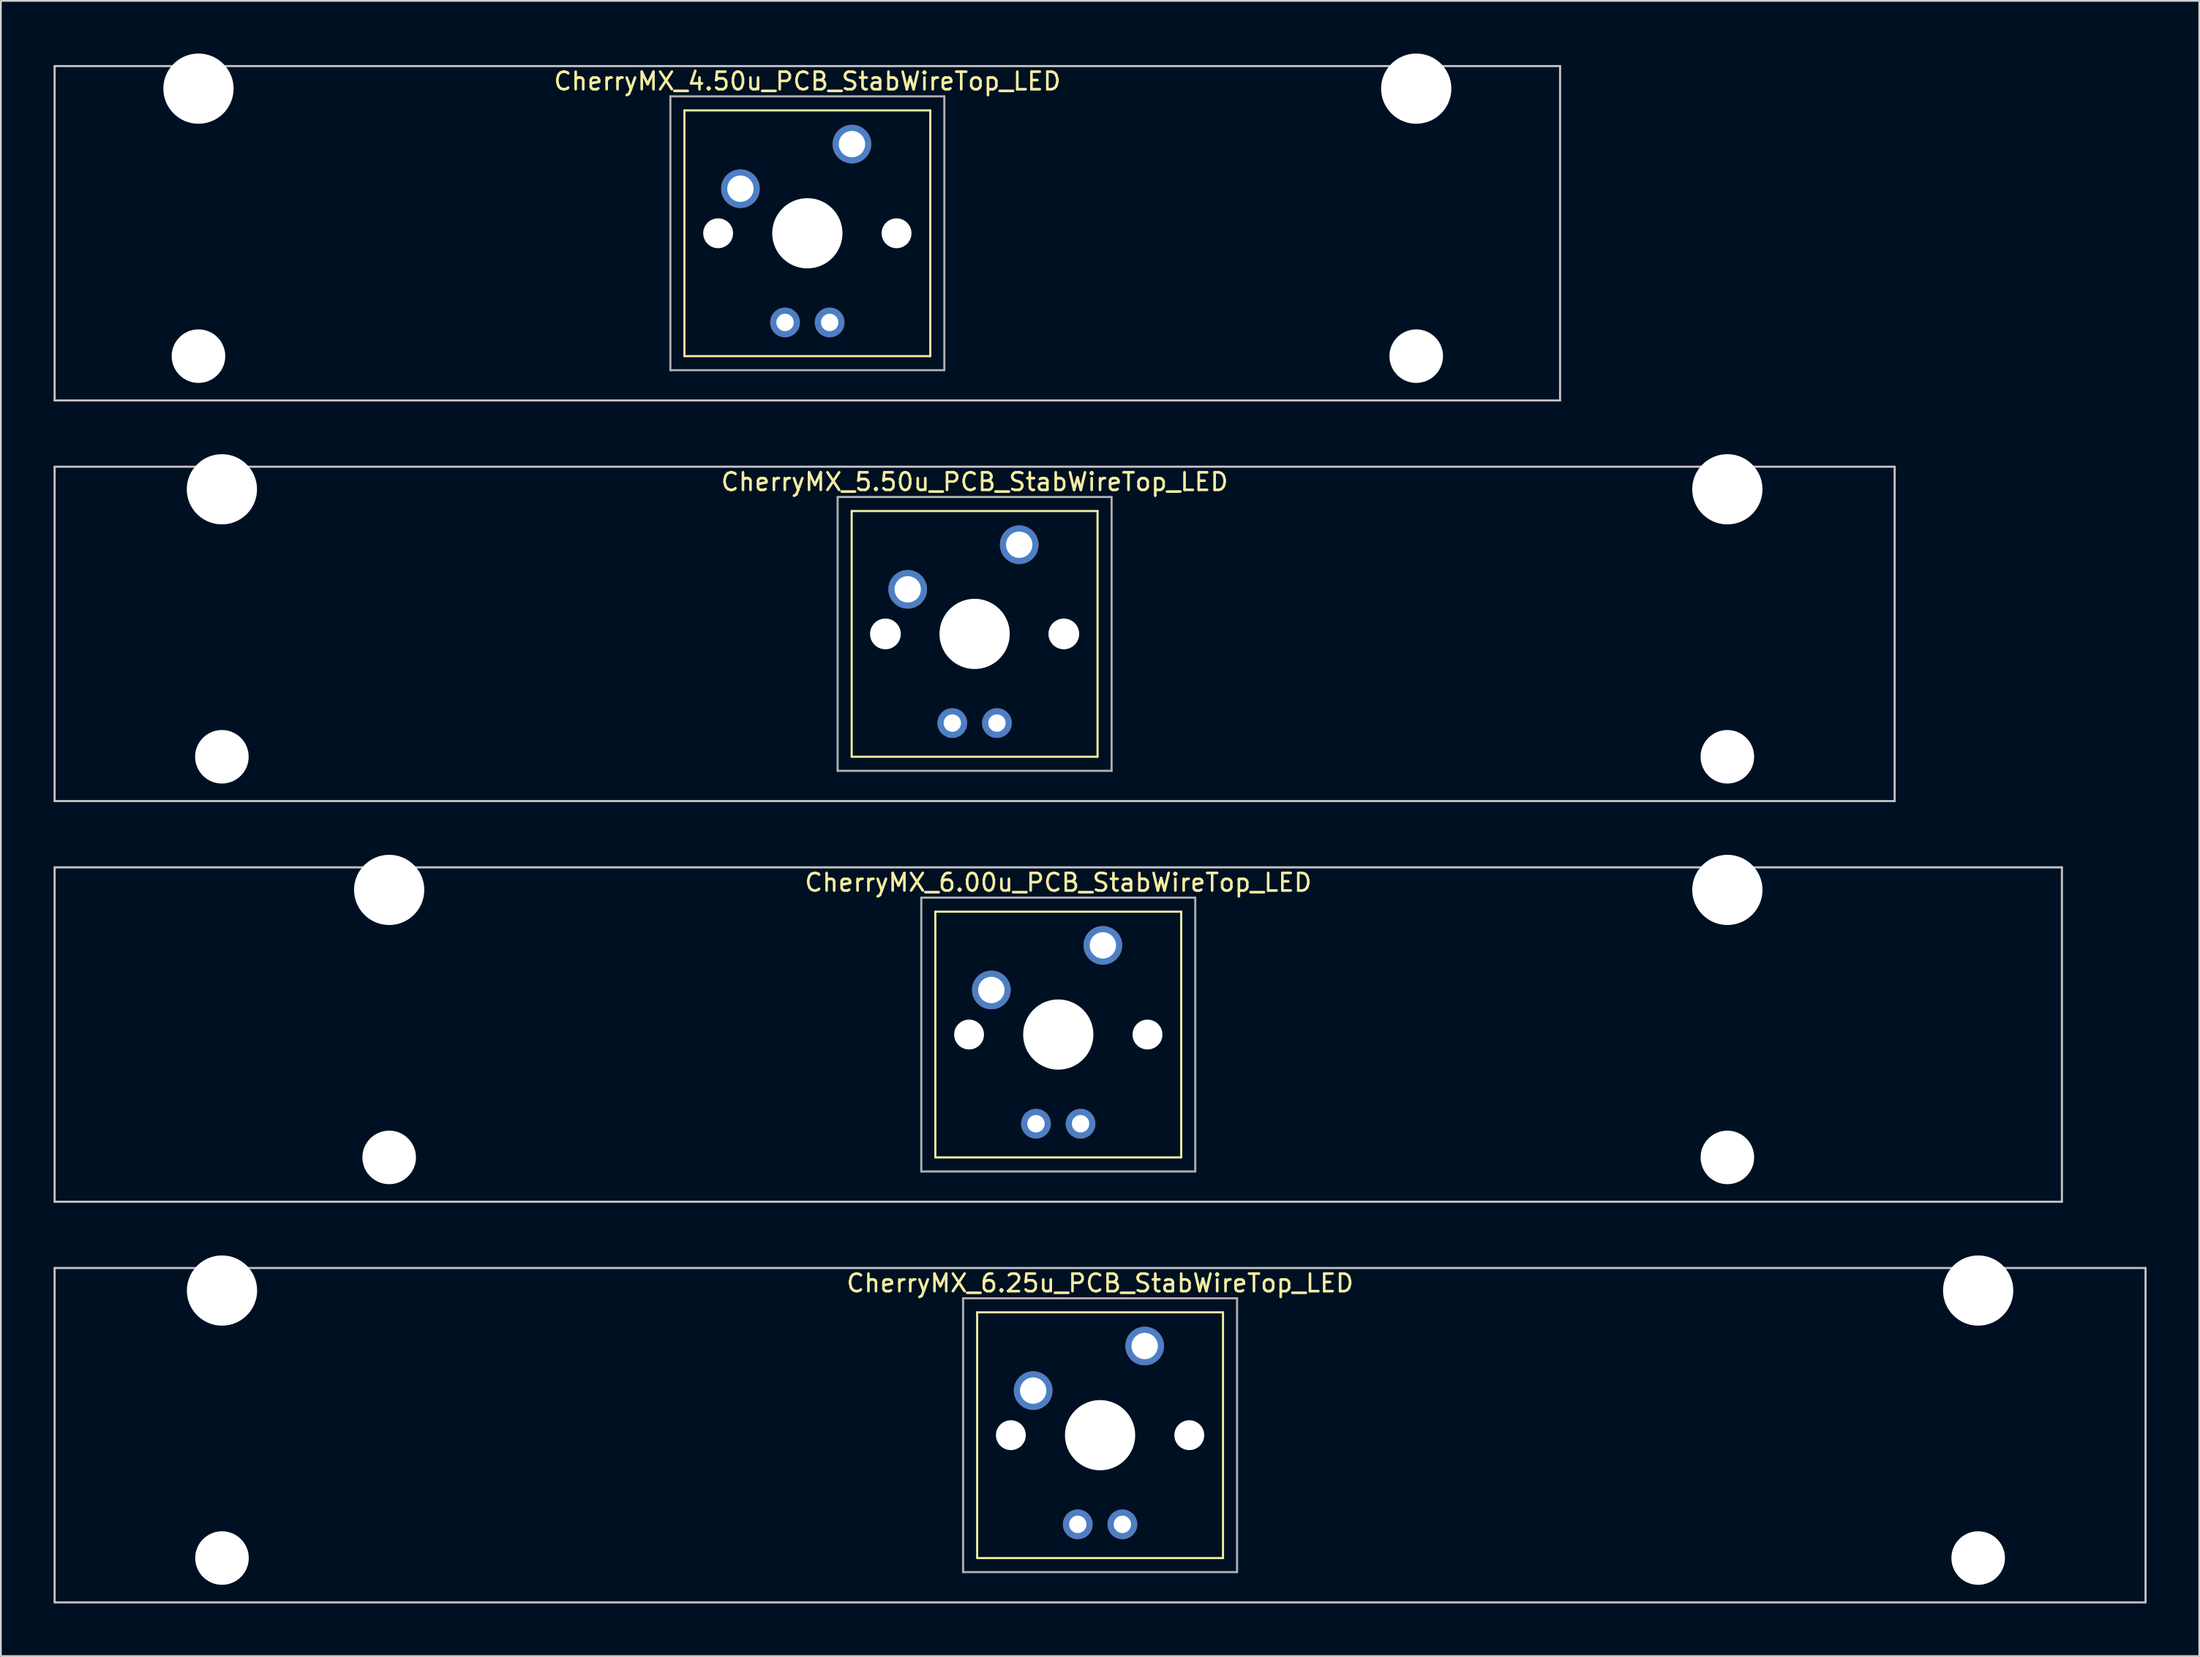
<source format=kicad_pcb>
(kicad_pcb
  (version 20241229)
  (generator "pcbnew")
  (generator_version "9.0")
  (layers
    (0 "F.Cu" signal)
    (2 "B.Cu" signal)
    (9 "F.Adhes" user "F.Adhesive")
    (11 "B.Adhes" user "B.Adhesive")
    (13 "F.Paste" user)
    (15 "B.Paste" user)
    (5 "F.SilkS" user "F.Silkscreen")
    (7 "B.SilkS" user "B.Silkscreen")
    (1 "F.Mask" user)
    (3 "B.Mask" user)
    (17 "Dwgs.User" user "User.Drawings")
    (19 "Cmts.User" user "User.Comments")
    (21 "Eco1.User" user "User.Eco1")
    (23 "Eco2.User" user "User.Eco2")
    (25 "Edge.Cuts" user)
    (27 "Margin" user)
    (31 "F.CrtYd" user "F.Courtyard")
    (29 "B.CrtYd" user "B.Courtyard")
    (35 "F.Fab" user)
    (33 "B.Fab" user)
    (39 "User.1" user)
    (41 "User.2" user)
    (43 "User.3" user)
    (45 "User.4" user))
  (footprint "CherryMX_6.00u_PCB_StabWireTop_LED"
    (layer "F.Cu")
    (at 57.21 55.89)
    (property "Reference" "CherryMX_6.00u_PCB_StabWireTop_LED" (at 0 -8.662 0) (layer "F.SilkS") (effects (font (size 1 1) (thickness 0.15))))
    (attr through_hole)
    (fp_line (start -7 -7) (end -7 7) (stroke (width 0.12) (type solid)) (layer "F.SilkS"))
    (fp_line (start -7 -7) (end 7 -7) (stroke (width 0.12) (type solid)) (layer "F.SilkS"))
    (fp_line (start 7 -7) (end 7 7) (stroke (width 0.12) (type solid)) (layer "F.SilkS"))
    (fp_line (start 7 7) (end -7 7) (stroke (width 0.12) (type solid)) (layer "F.SilkS"))
    (fp_line (start -57.15 -9.525) (end 57.15 -9.525) (stroke (width 0.12) (type solid)) (layer "Dwgs.User"))
    (fp_line (start -57.15 9.525) (end -57.15 -9.525) (stroke (width 0.12) (type solid)) (layer "Dwgs.User"))
    (fp_line (start 57.15 -9.525) (end 57.15 9.525) (stroke (width 0.12) (type solid)) (layer "Dwgs.User"))
    (fp_line (start 57.15 9.525) (end -57.15 9.525) (stroke (width 0.12) (type solid)) (layer "Dwgs.User"))
    (fp_line (start -7.8 -7.8) (end -7.8 7.8) (stroke (width 0.12) (type solid)) (layer "F.Fab"))
    (fp_line (start -7.8 -7.8) (end 7.8 -7.8) (stroke (width 0.12) (type solid)) (layer "F.Fab"))
    (fp_line (start -7.8 7.8) (end 7.8 7.8) (stroke (width 0.12) (type solid)) (layer "F.Fab"))
    (fp_line (start 7.8 -7.8) (end 7.8 7.8) (stroke (width 0.12) (type solid)) (layer "F.Fab"))
    (pad "" np_thru_hole circle (at -38.1 -8.24) (size 4 4) (drill 4) (layers "*.Cu" "*.Mask"))
    (pad "" np_thru_hole circle (at -38.1 7) (size 3.05 3.05) (drill 3.05) (layers "*.Cu" "*.Mask"))
    (pad "" np_thru_hole circle (at -5.08 0) (size 1.7 1.7) (drill 1.7) (layers "*.Cu" "*.Mask"))
    (pad "" np_thru_hole circle (at 0 0) (size 4 4) (drill 4) (layers "*.Cu" "*.Mask"))
    (pad "" np_thru_hole circle (at 5.08 0) (size 1.7 1.7) (drill 1.7) (layers "*.Cu" "*.Mask"))
    (pad "" np_thru_hole circle (at 38.1 -8.24) (size 4 4) (drill 4) (layers "*.Cu" "*.Mask"))
    (pad "" np_thru_hole circle (at 38.1 7) (size 3.05 3.05) (drill 3.05) (layers "*.Cu" "*.Mask"))
    (pad "1" thru_hole circle (at -3.81 -2.54) (size 2.2 2.2) (drill 1.5) (layers "*.Cu" "*.Mask"))
    (pad "2" thru_hole circle (at 2.54 -5.08) (size 2.2 2.2) (drill 1.5) (layers "*.Cu" "*.Mask"))
    (pad "3" thru_hole circle (at -1.27 5.08) (size 1.691 1.691) (drill 0.991) (layers "*.Cu" "*.Mask"))
    (pad "4" thru_hole circle (at 1.27 5.08) (size 1.691 1.691) (drill 0.991) (layers "*.Cu" "*.Mask")))
  (footprint "CherryMX_5.50u_PCB_StabWireTop_LED"
    (layer "F.Cu")
    (at 52.447 33.065)
    (property "Reference" "CherryMX_5.50u_PCB_StabWireTop_LED" (at 0 -8.662 0) (layer "F.SilkS") (effects (font (size 1 1) (thickness 0.15))))
    (attr through_hole)
    (fp_line (start -7 -7) (end -7 7) (stroke (width 0.12) (type solid)) (layer "F.SilkS"))
    (fp_line (start -7 -7) (end 7 -7) (stroke (width 0.12) (type solid)) (layer "F.SilkS"))
    (fp_line (start 7 -7) (end 7 7) (stroke (width 0.12) (type solid)) (layer "F.SilkS"))
    (fp_line (start 7 7) (end -7 7) (stroke (width 0.12) (type solid)) (layer "F.SilkS"))
    (fp_line (start -52.388 -9.525) (end 52.388 -9.525) (stroke (width 0.12) (type solid)) (layer "Dwgs.User"))
    (fp_line (start -52.388 9.525) (end -52.388 -9.525) (stroke (width 0.12) (type solid)) (layer "Dwgs.User"))
    (fp_line (start 52.388 -9.525) (end 52.388 9.525) (stroke (width 0.12) (type solid)) (layer "Dwgs.User"))
    (fp_line (start 52.388 9.525) (end -52.388 9.525) (stroke (width 0.12) (type solid)) (layer "Dwgs.User"))
    (fp_line (start -7.8 -7.8) (end -7.8 7.8) (stroke (width 0.12) (type solid)) (layer "F.Fab"))
    (fp_line (start -7.8 -7.8) (end 7.8 -7.8) (stroke (width 0.12) (type solid)) (layer "F.Fab"))
    (fp_line (start -7.8 7.8) (end 7.8 7.8) (stroke (width 0.12) (type solid)) (layer "F.Fab"))
    (fp_line (start 7.8 -7.8) (end 7.8 7.8) (stroke (width 0.12) (type solid)) (layer "F.Fab"))
    (pad "" np_thru_hole circle (at -42.862 -8.24) (size 4 4) (drill 4) (layers "*.Cu" "*.Mask"))
    (pad "" np_thru_hole circle (at -42.862 7) (size 3.05 3.05) (drill 3.05) (layers "*.Cu" "*.Mask"))
    (pad "" np_thru_hole circle (at -5.08 0) (size 1.75 1.75) (drill 1.75) (layers "*.Cu" "*.Mask"))
    (pad "" np_thru_hole circle (at 0 0) (size 4 4) (drill 4) (layers "*.Cu" "*.Mask"))
    (pad "" np_thru_hole circle (at 5.08 0) (size 1.75 1.75) (drill 1.75) (layers "*.Cu" "*.Mask"))
    (pad "" np_thru_hole circle (at 42.862 -8.24) (size 4 4) (drill 4) (layers "*.Cu" "*.Mask"))
    (pad "" np_thru_hole circle (at 42.862 7) (size 3.05 3.05) (drill 3.05) (layers "*.Cu" "*.Mask"))
    (pad "1" thru_hole circle (at -3.81 -2.54) (size 2.2 2.2) (drill 1.5) (layers "*.Cu" "*.Mask"))
    (pad "2" thru_hole circle (at 2.54 -5.08) (size 2.2 2.2) (drill 1.5) (layers "*.Cu" "*.Mask"))
    (pad "3" thru_hole circle (at -1.27 5.08) (size 1.691 1.691) (drill 0.991) (layers "*.Cu" "*.Mask"))
    (pad "4" thru_hole circle (at 1.27 5.08) (size 1.691 1.691) (drill 0.991) (layers "*.Cu" "*.Mask")))
  (footprint "CherryMX_6.25u_PCB_StabWireTop_LED"
    (layer "F.Cu")
    (at 59.591 78.715)
    (property "Reference" "CherryMX_6.25u_PCB_StabWireTop_LED" (at 0 -8.662 0) (layer "F.SilkS") (effects (font (size 1 1) (thickness 0.15))))
    (attr through_hole)
    (fp_line (start -7 -7) (end -7 7) (stroke (width 0.12) (type solid)) (layer "F.SilkS"))
    (fp_line (start -7 -7) (end 7 -7) (stroke (width 0.12) (type solid)) (layer "F.SilkS"))
    (fp_line (start 7 -7) (end 7 7) (stroke (width 0.12) (type solid)) (layer "F.SilkS"))
    (fp_line (start 7 7) (end -7 7) (stroke (width 0.12) (type solid)) (layer "F.SilkS"))
    (fp_line (start -59.531 -9.525) (end 59.531 -9.525) (stroke (width 0.12) (type solid)) (layer "Dwgs.User"))
    (fp_line (start -59.531 9.525) (end -59.531 -9.525) (stroke (width 0.12) (type solid)) (layer "Dwgs.User"))
    (fp_line (start 59.531 -9.525) (end 59.531 9.525) (stroke (width 0.12) (type solid)) (layer "Dwgs.User"))
    (fp_line (start 59.531 9.525) (end -59.531 9.525) (stroke (width 0.12) (type solid)) (layer "Dwgs.User"))
    (fp_line (start -7.8 -7.8) (end -7.8 7.8) (stroke (width 0.12) (type solid)) (layer "F.Fab"))
    (fp_line (start -7.8 -7.8) (end 7.8 -7.8) (stroke (width 0.12) (type solid)) (layer "F.Fab"))
    (fp_line (start -7.8 7.8) (end 7.8 7.8) (stroke (width 0.12) (type solid)) (layer "F.Fab"))
    (fp_line (start 7.8 -7.8) (end 7.8 7.8) (stroke (width 0.12) (type solid)) (layer "F.Fab"))
    (pad "" np_thru_hole circle (at -50 -8.24) (size 4 4) (drill 4) (layers "*.Cu" "*.Mask"))
    (pad "" np_thru_hole circle (at -50 7) (size 3.05 3.05) (drill 3.05) (layers "*.Cu" "*.Mask"))
    (pad "" np_thru_hole circle (at -5.08 0) (size 1.7 1.7) (drill 1.7) (layers "*.Cu" "*.Mask"))
    (pad "" np_thru_hole circle (at 0 0) (size 4 4) (drill 4) (layers "*.Cu" "*.Mask"))
    (pad "" np_thru_hole circle (at 5.08 0) (size 1.7 1.7) (drill 1.7) (layers "*.Cu" "*.Mask"))
    (pad "" np_thru_hole circle (at 50 -8.24) (size 4 4) (drill 4) (layers "*.Cu" "*.Mask"))
    (pad "" np_thru_hole circle (at 50 7) (size 3.05 3.05) (drill 3.05) (layers "*.Cu" "*.Mask"))
    (pad "1" thru_hole circle (at -3.81 -2.54) (size 2.2 2.2) (drill 1.5) (layers "*.Cu" "*.Mask"))
    (pad "2" thru_hole circle (at 2.54 -5.08) (size 2.2 2.2) (drill 1.5) (layers "*.Cu" "*.Mask"))
    (pad "3" thru_hole circle (at -1.27 5.08) (size 1.691 1.691) (drill 0.991) (layers "*.Cu" "*.Mask"))
    (pad "4" thru_hole circle (at 1.27 5.08) (size 1.691 1.691) (drill 0.991) (layers "*.Cu" "*.Mask")))
  (footprint "CherryMX_4.50u_PCB_StabWireTop_LED"
    (layer "F.Cu")
    (at 42.922 10.24)
    (property "Reference" "CherryMX_4.50u_PCB_StabWireTop_LED" (at 0 -8.662 0) (layer "F.SilkS") (effects (font (size 1 1) (thickness 0.15))))
    (attr through_hole)
    (fp_line (start -7 -7) (end -7 7) (stroke (width 0.12) (type solid)) (layer "F.SilkS"))
    (fp_line (start -7 -7) (end 7 -7) (stroke (width 0.12) (type solid)) (layer "F.SilkS"))
    (fp_line (start 7 -7) (end 7 7) (stroke (width 0.12) (type solid)) (layer "F.SilkS"))
    (fp_line (start 7 7) (end -7 7) (stroke (width 0.12) (type solid)) (layer "F.SilkS"))
    (fp_line (start -42.862 -9.525) (end 42.862 -9.525) (stroke (width 0.12) (type solid)) (layer "Dwgs.User"))
    (fp_line (start -42.862 9.525) (end -42.862 -9.525) (stroke (width 0.12) (type solid)) (layer "Dwgs.User"))
    (fp_line (start 42.862 -9.525) (end 42.862 9.525) (stroke (width 0.12) (type solid)) (layer "Dwgs.User"))
    (fp_line (start 42.862 9.525) (end -42.862 9.525) (stroke (width 0.12) (type solid)) (layer "Dwgs.User"))
    (fp_line (start -7.8 -7.8) (end -7.8 7.8) (stroke (width 0.12) (type solid)) (layer "F.Fab"))
    (fp_line (start -7.8 -7.8) (end 7.8 -7.8) (stroke (width 0.12) (type solid)) (layer "F.Fab"))
    (fp_line (start -7.8 7.8) (end 7.8 7.8) (stroke (width 0.12) (type solid)) (layer "F.Fab"))
    (fp_line (start 7.8 -7.8) (end 7.8 7.8) (stroke (width 0.12) (type solid)) (layer "F.Fab"))
    (pad "" np_thru_hole circle (at -34.671 -8.24) (size 4 4) (drill 4) (layers "*.Cu" "*.Mask"))
    (pad "" np_thru_hole circle (at -34.671 7) (size 3.05 3.05) (drill 3.05) (layers "*.Cu" "*.Mask"))
    (pad "" np_thru_hole circle (at -5.08 0) (size 1.7 1.7) (drill 1.7) (layers "*.Cu" "*.Mask"))
    (pad "" np_thru_hole circle (at 0 0) (size 4 4) (drill 4) (layers "*.Cu" "*.Mask"))
    (pad "" np_thru_hole circle (at 5.08 0) (size 1.7 1.7) (drill 1.7) (layers "*.Cu" "*.Mask"))
    (pad "" np_thru_hole circle (at 34.671 -8.24) (size 4 4) (drill 4) (layers "*.Cu" "*.Mask"))
    (pad "" np_thru_hole circle (at 34.671 7) (size 3.05 3.05) (drill 3.05) (layers "*.Cu" "*.Mask"))
    (pad "1" thru_hole circle (at -3.81 -2.54) (size 2.2 2.2) (drill 1.5) (layers "*.Cu" "*.Mask"))
    (pad "2" thru_hole circle (at 2.54 -5.08) (size 2.2 2.2) (drill 1.5) (layers "*.Cu" "*.Mask"))
    (pad "3" thru_hole circle (at -1.27 5.08) (size 1.691 1.691) (drill 0.991) (layers "*.Cu" "*.Mask"))
    (pad "4" thru_hole circle (at 1.27 5.08) (size 1.691 1.691) (drill 0.991) (layers "*.Cu" "*.Mask")))
  (gr_rect
    (start -3 -3)
    (end 122.183 91.3)
    (stroke (width 0.1) (type default))
    (fill no)
    (layer "Edge.Cuts")))
</source>
